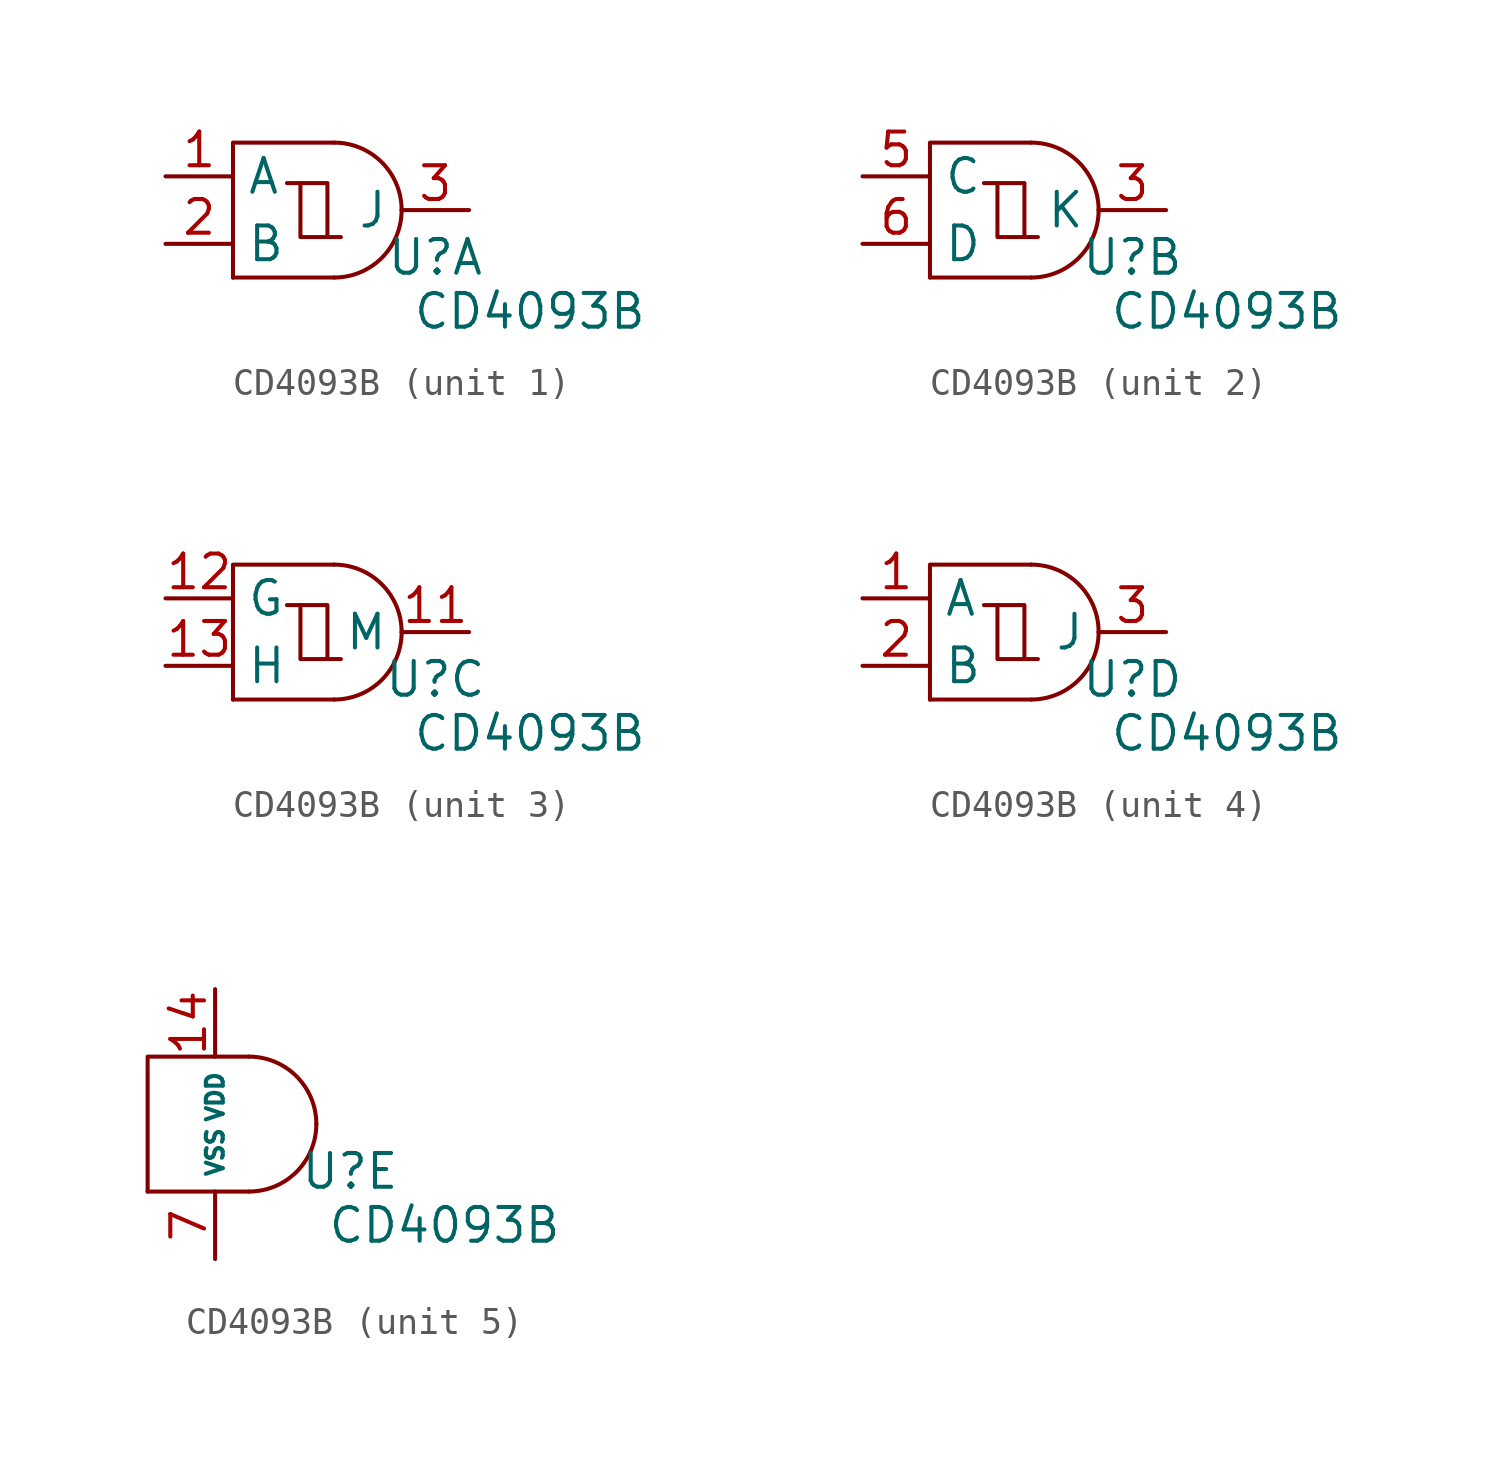
<source format=kicad_sym>
(kicad_symbol_lib
  (version 20231120)
  (generator "kicad_symbol_editor")
  (generator_version "8.0")
  (symbol "CD4093B"
    (property "Reference" "U"
      (at 5.08 -1.778 0)
      (effects (font (size 1.27 1.27))))
    (property "Value" "CD4093B"
      (at 8.636 -3.81 0)
      (effects (font (size 1.27 1.27))))
    (property "ki_locked" ""
      (at 0 0 0)
      (effects (font (size 1.27 1.27))))
    (symbol "CD4093B_1_1"
      (polyline (pts (xy -2.54 -2.54) (xy 1.27 -2.54)) (stroke (width 0) (type default)) (fill (type none)))
      (polyline (pts (xy -2.54 -2.54) (xy -2.54 2.54) (xy 1.27 2.54)) (stroke (width 0) (type default)) (fill (type none)))
      (polyline (pts (xy 0 1.016) (xy 0 -1.016) (xy 1.016 -1.016)) (stroke (width 0) (type default)) (fill (type none)))
      (polyline (pts (xy -0.508 1.016) (xy 1.016 1.016) (xy 1.016 -1.016) (xy 1.524 -1.016)) (stroke (width 0) (type default)) (fill (type none)))
      (arc (start 1.27 -2.54) (mid 3.0661 -1.7961) (end 3.81 0) (stroke (width 0) (type default)) (fill (type none)))
      (arc (start 3.81 0) (mid 3.0661 1.7961) (end 1.27 2.54) (stroke (width 0) (type default)) (fill (type none)))
      (pin input line (at -5.08 1.27 0) (length 2.54) (name "A" (effects (font (size 1.27 1.27)))) (number "1" (effects (font (size 1.27 1.27)))))
      (pin input line (at -5.08 -1.27 0) (length 2.54) (name "B" (effects (font (size 1.27 1.27)))) (number "2" (effects (font (size 1.27 1.27)))))
      (pin output line (at 6.35 0 180) (length 2.54) (name "J" (effects (font (size 1.27 1.27)))) (number "3" (effects (font (size 1.27 1.27))))))
    (symbol "CD4093B_2_1"
      (polyline (pts (xy -2.54 -2.54) (xy 1.27 -2.54)) (stroke (width 0) (type default)) (fill (type none)))
      (polyline (pts (xy -2.54 -2.54) (xy -2.54 2.54) (xy 1.27 2.54)) (stroke (width 0) (type default)) (fill (type none)))
      (polyline (pts (xy 0 1.016) (xy 0 -1.016) (xy 1.016 -1.016)) (stroke (width 0) (type default)) (fill (type none)))
      (polyline (pts (xy -0.508 1.016) (xy 1.016 1.016) (xy 1.016 -1.016) (xy 1.524 -1.016)) (stroke (width 0) (type default)) (fill (type none)))
      (arc (start 1.27 -2.54) (mid 3.0661 -1.7961) (end 3.81 0) (stroke (width 0) (type default)) (fill (type none)))
      (arc (start 3.81 0) (mid 3.0661 1.7961) (end 1.27 2.54) (stroke (width 0) (type default)) (fill (type none)))
      (pin output line (at 6.35 0 180) (length 2.54) (name "K" (effects (font (size 1.27 1.27)))) (number "3" (effects (font (size 1.27 1.27)))))
      (pin input line (at -5.08 1.27 0) (length 2.54) (name "C" (effects (font (size 1.27 1.27)))) (number "5" (effects (font (size 1.27 1.27)))))
      (pin input line (at -5.08 -1.27 0) (length 2.54) (name "D" (effects (font (size 1.27 1.27)))) (number "6" (effects (font (size 1.27 1.27))))))
    (symbol "CD4093B_3_1"
      (polyline (pts (xy -2.54 -2.54) (xy 1.27 -2.54)) (stroke (width 0) (type default)) (fill (type none)))
      (polyline (pts (xy -2.54 -2.54) (xy -2.54 2.54) (xy 1.27 2.54)) (stroke (width 0) (type default)) (fill (type none)))
      (polyline (pts (xy 0 1.016) (xy 0 -1.016) (xy 1.016 -1.016)) (stroke (width 0) (type default)) (fill (type none)))
      (polyline (pts (xy -0.508 1.016) (xy 1.016 1.016) (xy 1.016 -1.016) (xy 1.524 -1.016)) (stroke (width 0) (type default)) (fill (type none)))
      (arc (start 1.27 -2.54) (mid 3.0661 -1.7961) (end 3.81 0) (stroke (width 0) (type default)) (fill (type none)))
      (arc (start 3.81 0) (mid 3.0661 1.7961) (end 1.27 2.54) (stroke (width 0) (type default)) (fill (type none)))
      (pin output line (at 6.35 0 180) (length 2.54) (name "M" (effects (font (size 1.27 1.27)))) (number "11" (effects (font (size 1.27 1.27)))))
      (pin input line (at -5.08 1.27 0) (length 2.54) (name "G" (effects (font (size 1.27 1.27)))) (number "12" (effects (font (size 1.27 1.27)))))
      (pin input line (at -5.08 -1.27 0) (length 2.54) (name "H" (effects (font (size 1.27 1.27)))) (number "13" (effects (font (size 1.27 1.27))))))
    (symbol "CD4093B_4_1"
      (polyline (pts (xy -2.54 -2.54) (xy 1.27 -2.54)) (stroke (width 0) (type default)) (fill (type none)))
      (polyline (pts (xy -2.54 -2.54) (xy -2.54 2.54) (xy 1.27 2.54)) (stroke (width 0) (type default)) (fill (type none)))
      (polyline (pts (xy 0 1.016) (xy 0 -1.016) (xy 1.016 -1.016)) (stroke (width 0) (type default)) (fill (type none)))
      (polyline (pts (xy -0.508 1.016) (xy 1.016 1.016) (xy 1.016 -1.016) (xy 1.524 -1.016)) (stroke (width 0) (type default)) (fill (type none)))
      (arc (start 1.27 -2.54) (mid 3.0661 -1.7961) (end 3.81 0) (stroke (width 0) (type default)) (fill (type none)))
      (arc (start 3.81 0) (mid 3.0661 1.7961) (end 1.27 2.54) (stroke (width 0) (type default)) (fill (type none)))
      (pin input line (at -5.08 1.27 0) (length 2.54) (name "A" (effects (font (size 1.27 1.27)))) (number "1" (effects (font (size 1.27 1.27)))))
      (pin input line (at -5.08 -1.27 0) (length 2.54) (name "B" (effects (font (size 1.27 1.27)))) (number "2" (effects (font (size 1.27 1.27)))))
      (pin output line (at 6.35 0 180) (length 2.54) (name "J" (effects (font (size 1.27 1.27)))) (number "3" (effects (font (size 1.27 1.27))))))
    (symbol "CD4093B_5_1"
      (polyline (pts (xy -2.54 -2.54) (xy 1.27 -2.54)) (stroke (width 0) (type default)) (fill (type none)))
      (polyline (pts (xy -2.54 -2.54) (xy -2.54 2.54) (xy 1.27 2.54)) (stroke (width 0) (type default)) (fill (type none)))
      (arc (start 1.27 -2.54) (mid 3.0661 -1.7961) (end 3.81 0) (stroke (width 0) (type default)) (fill (type none)))
      (arc (start 3.81 0) (mid 3.0661 1.7961) (end 1.27 2.54) (stroke (width 0) (type default)) (fill (type none)))
      (pin power_in line (at 0 5.08 270) (length 2.54) (name "VDD" (effects (font (size 0.635 0.635)))) (number "14" (effects (font (size 1.27 1.27)))))
      (pin power_in line (at 0 -5.08 90) (length 2.54) (name "VSS" (effects (font (size 0.635 0.635)))) (number "7" (effects (font (size 1.27 1.27))))))))
</source>
